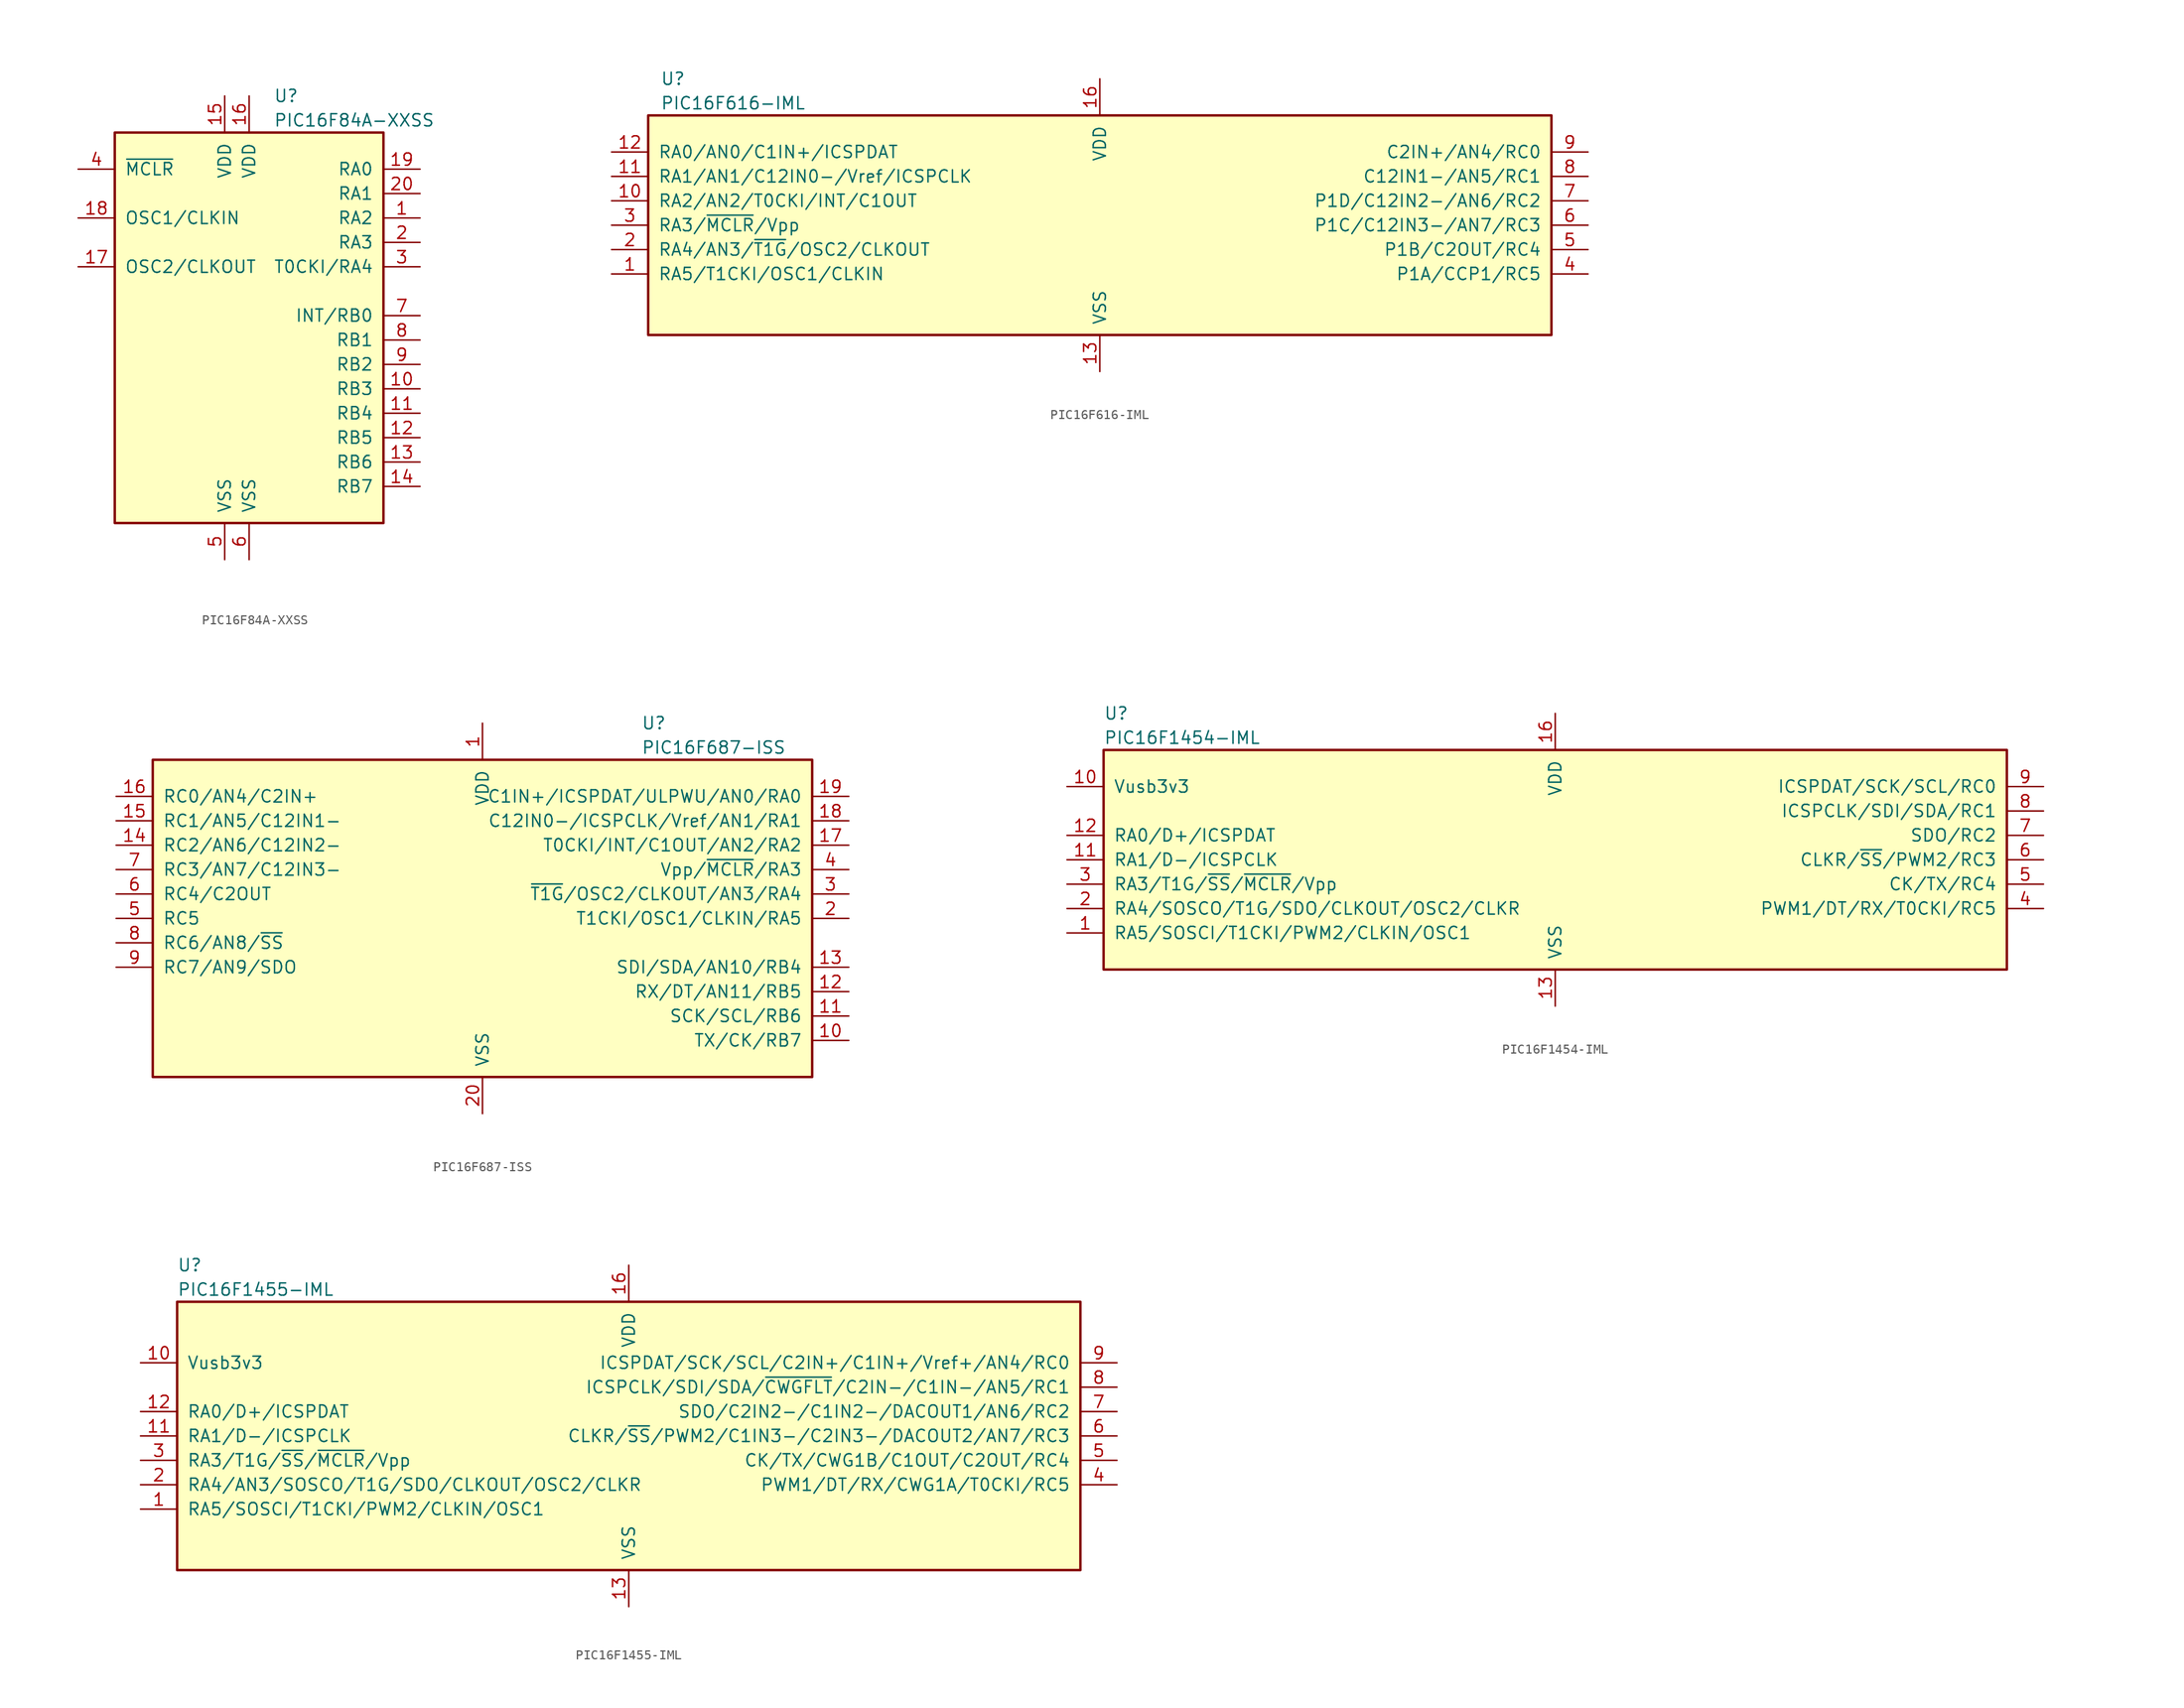
<source format=kicad_sym>
(kicad_symbol_lib
  (version 20241209)
  (generator "kicad_symbol_editor")
  (generator_version "9.0")
  (symbol "PIC16F84A-XXSS"
    (pin_names
      (offset 1.016))
    (property "Reference" "U"
      (at 2.54 22.86 0)
      (effects (font (size 1.27 1.27)) (justify left)))
    (property "Value" "PIC16F84A-XXSS"
      (at 2.54 20.32 0)
      (effects (font (size 1.27 1.27)) (justify left)))
    (symbol "PIC16F84A-XXSS_0_1"
      (rectangle (start -13.97 19.05) (end 13.97 -21.59) (stroke (width 0.254) (type default)) (fill (type background))))
    (symbol "PIC16F84A-XXSS_1_1"
      (pin input line (at -17.78 15.24 0) (length 3.81) (name "~{MCLR}" (effects (font (size 1.27 1.27)))) (number "4" (effects (font (size 1.27 1.27)))))
      (pin input line (at -17.78 10.16 0) (length 3.81) (name "OSC1/CLKIN" (effects (font (size 1.27 1.27)))) (number "18" (effects (font (size 1.27 1.27)))))
      (pin output line (at -17.78 5.08 0) (length 3.81) (name "OSC2/CLKOUT" (effects (font (size 1.27 1.27)))) (number "17" (effects (font (size 1.27 1.27)))))
      (pin power_in line (at -2.54 22.86 270) (length 3.81) (name "VDD" (effects (font (size 1.27 1.27)))) (number "15" (effects (font (size 1.27 1.27)))))
      (pin power_in line (at -2.54 -25.4 90) (length 3.81) (name "VSS" (effects (font (size 1.27 1.27)))) (number "5" (effects (font (size 1.27 1.27)))))
      (pin power_in line (at 0 22.86 270) (length 3.81) (name "VDD" (effects (font (size 1.27 1.27)))) (number "16" (effects (font (size 1.27 1.27)))))
      (pin power_in line (at 0 -25.4 90) (length 3.81) (name "VSS" (effects (font (size 1.27 1.27)))) (number "6" (effects (font (size 1.27 1.27)))))
      (pin bidirectional line (at 17.78 15.24 180) (length 3.81) (name "RA0" (effects (font (size 1.27 1.27)))) (number "19" (effects (font (size 1.27 1.27)))))
      (pin bidirectional line (at 17.78 12.7 180) (length 3.81) (name "RA1" (effects (font (size 1.27 1.27)))) (number "20" (effects (font (size 1.27 1.27)))))
      (pin bidirectional line (at 17.78 10.16 180) (length 3.81) (name "RA2" (effects (font (size 1.27 1.27)))) (number "1" (effects (font (size 1.27 1.27)))))
      (pin bidirectional line (at 17.78 7.62 180) (length 3.81) (name "RA3" (effects (font (size 1.27 1.27)))) (number "2" (effects (font (size 1.27 1.27)))))
      (pin bidirectional line (at 17.78 5.08 180) (length 3.81) (name "T0CKI/RA4" (effects (font (size 1.27 1.27)))) (number "3" (effects (font (size 1.27 1.27)))))
      (pin bidirectional line (at 17.78 0 180) (length 3.81) (name "INT/RB0" (effects (font (size 1.27 1.27)))) (number "7" (effects (font (size 1.27 1.27)))))
      (pin bidirectional line (at 17.78 -2.54 180) (length 3.81) (name "RB1" (effects (font (size 1.27 1.27)))) (number "8" (effects (font (size 1.27 1.27)))))
      (pin bidirectional line (at 17.78 -5.08 180) (length 3.81) (name "RB2" (effects (font (size 1.27 1.27)))) (number "9" (effects (font (size 1.27 1.27)))))
      (pin bidirectional line (at 17.78 -7.62 180) (length 3.81) (name "RB3" (effects (font (size 1.27 1.27)))) (number "10" (effects (font (size 1.27 1.27)))))
      (pin bidirectional line (at 17.78 -10.16 180) (length 3.81) (name "RB4" (effects (font (size 1.27 1.27)))) (number "11" (effects (font (size 1.27 1.27)))))
      (pin bidirectional line (at 17.78 -12.7 180) (length 3.81) (name "RB5" (effects (font (size 1.27 1.27)))) (number "12" (effects (font (size 1.27 1.27)))))
      (pin bidirectional line (at 17.78 -15.24 180) (length 3.81) (name "RB6" (effects (font (size 1.27 1.27)))) (number "13" (effects (font (size 1.27 1.27)))))
      (pin bidirectional line (at 17.78 -17.78 180) (length 3.81) (name "RB7" (effects (font (size 1.27 1.27)))) (number "14" (effects (font (size 1.27 1.27)))))))
  (symbol "PIC16F616-IML"
    (pin_names
      (offset 1.016))
    (property "Reference" "U"
      (at -45.72 15.24 0)
      (effects (font (size 1.27 1.27)) (justify left)))
    (property "Value" "PIC16F616-IML"
      (at -45.72 12.7 0)
      (effects (font (size 1.27 1.27)) (justify left)))
    (symbol "PIC16F616-IML_0_1"
      (rectangle (start -46.99 11.43) (end 46.99 -11.43) (stroke (width 0.254) (type default)) (fill (type background)))
      (pin bidirectional line (at -50.8 -5.08 0) (length 3.81) (name "RA5/T1CKI/OSC1/CLKIN" (effects (font (size 1.27 1.27)))) (number "1" (effects (font (size 1.27 1.27))))))
    (symbol "PIC16F616-IML_1_1"
      (pin bidirectional line (at -50.8 7.62 0) (length 3.81) (name "RA0/AN0/C1IN+/ICSPDAT" (effects (font (size 1.27 1.27)))) (number "12" (effects (font (size 1.27 1.27)))))
      (pin bidirectional line (at -50.8 5.08 0) (length 3.81) (name "RA1/AN1/C12IN0-/Vref/ICSPCLK" (effects (font (size 1.27 1.27)))) (number "11" (effects (font (size 1.27 1.27)))))
      (pin bidirectional line (at -50.8 2.54 0) (length 3.81) (name "RA2/AN2/T0CKI/INT/C1OUT" (effects (font (size 1.27 1.27)))) (number "10" (effects (font (size 1.27 1.27)))))
      (pin input line (at -50.8 0 0) (length 3.81) (name "RA3/~{MCLR}/Vpp" (effects (font (size 1.27 1.27)))) (number "3" (effects (font (size 1.27 1.27)))))
      (pin bidirectional line (at -50.8 -2.54 0) (length 3.81) (name "RA4/AN3/~{T1G}/OSC2/CLKOUT" (effects (font (size 1.27 1.27)))) (number "2" (effects (font (size 1.27 1.27)))))
      (pin power_in line (at 0 15.24 270) (length 3.81) (name "VDD" (effects (font (size 1.27 1.27)))) (number "16" (effects (font (size 1.27 1.27)))))
      (pin power_in line (at 0 -15.24 90) (length 3.81) (name "VSS" (effects (font (size 1.27 1.27)))) (number "13" (effects (font (size 1.27 1.27)))))
      (pin bidirectional line (at 50.8 7.62 180) (length 3.81) (name "C2IN+/AN4/RC0" (effects (font (size 1.27 1.27)))) (number "9" (effects (font (size 1.27 1.27)))))
      (pin bidirectional line (at 50.8 5.08 180) (length 3.81) (name "C12IN1-/AN5/RC1" (effects (font (size 1.27 1.27)))) (number "8" (effects (font (size 1.27 1.27)))))
      (pin bidirectional line (at 50.8 2.54 180) (length 3.81) (name "P1D/C12IN2-/AN6/RC2" (effects (font (size 1.27 1.27)))) (number "7" (effects (font (size 1.27 1.27)))))
      (pin bidirectional line (at 50.8 0 180) (length 3.81) (name "P1C/C12IN3-/AN7/RC3" (effects (font (size 1.27 1.27)))) (number "6" (effects (font (size 1.27 1.27)))))
      (pin bidirectional line (at 50.8 -2.54 180) (length 3.81) (name "P1B/C2OUT/RC4" (effects (font (size 1.27 1.27)))) (number "5" (effects (font (size 1.27 1.27)))))
      (pin bidirectional line (at 50.8 -5.08 180) (length 3.81) (name "P1A/CCP1/RC5" (effects (font (size 1.27 1.27)))) (number "4" (effects (font (size 1.27 1.27)))))))
  (symbol "PIC16F687-ISS"
    (pin_names
      (offset 1.016))
    (property "Reference" "U"
      (at 16.51 20.32 0)
      (effects (font (size 1.27 1.27)) (justify left)))
    (property "Value" "PIC16F687-ISS"
      (at 16.51 17.78 0)
      (effects (font (size 1.27 1.27)) (justify left)))
    (symbol "PIC16F687-ISS_0_1"
      (rectangle (start -34.29 16.51) (end 34.29 -16.51) (stroke (width 0.254) (type default)) (fill (type background))))
    (symbol "PIC16F687-ISS_1_1"
      (pin bidirectional line (at -38.1 12.7 0) (length 3.81) (name "RC0/AN4/C2IN+" (effects (font (size 1.27 1.27)))) (number "16" (effects (font (size 1.27 1.27)))))
      (pin bidirectional line (at -38.1 10.16 0) (length 3.81) (name "RC1/AN5/C12IN1-" (effects (font (size 1.27 1.27)))) (number "15" (effects (font (size 1.27 1.27)))))
      (pin bidirectional line (at -38.1 7.62 0) (length 3.81) (name "RC2/AN6/C12IN2-" (effects (font (size 1.27 1.27)))) (number "14" (effects (font (size 1.27 1.27)))))
      (pin bidirectional line (at -38.1 5.08 0) (length 3.81) (name "RC3/AN7/C12IN3-" (effects (font (size 1.27 1.27)))) (number "7" (effects (font (size 1.27 1.27)))))
      (pin bidirectional line (at -38.1 2.54 0) (length 3.81) (name "RC4/C2OUT" (effects (font (size 1.27 1.27)))) (number "6" (effects (font (size 1.27 1.27)))))
      (pin bidirectional line (at -38.1 0 0) (length 3.81) (name "RC5" (effects (font (size 1.27 1.27)))) (number "5" (effects (font (size 1.27 1.27)))))
      (pin bidirectional line (at -38.1 -2.54 0) (length 3.81) (name "RC6/AN8/~{SS}" (effects (font (size 1.27 1.27)))) (number "8" (effects (font (size 1.27 1.27)))))
      (pin bidirectional line (at -38.1 -5.08 0) (length 3.81) (name "RC7/AN9/SDO" (effects (font (size 1.27 1.27)))) (number "9" (effects (font (size 1.27 1.27)))))
      (pin power_in line (at 0 20.32 270) (length 3.81) (name "VDD" (effects (font (size 1.27 1.27)))) (number "1" (effects (font (size 1.27 1.27)))))
      (pin power_in line (at 0 -20.32 90) (length 3.81) (name "VSS" (effects (font (size 1.27 1.27)))) (number "20" (effects (font (size 1.27 1.27)))))
      (pin bidirectional line (at 38.1 12.7 180) (length 3.81) (name "C1IN+/ICSPDAT/ULPWU/AN0/RA0" (effects (font (size 1.27 1.27)))) (number "19" (effects (font (size 1.27 1.27)))))
      (pin bidirectional line (at 38.1 10.16 180) (length 3.81) (name "C12IN0-/ICSPCLK/Vref/AN1/RA1" (effects (font (size 1.27 1.27)))) (number "18" (effects (font (size 1.27 1.27)))))
      (pin bidirectional line (at 38.1 7.62 180) (length 3.81) (name "T0CKI/INT/C1OUT/AN2/RA2" (effects (font (size 1.27 1.27)))) (number "17" (effects (font (size 1.27 1.27)))))
      (pin input line (at 38.1 5.08 180) (length 3.81) (name "Vpp/~{MCLR}/RA3" (effects (font (size 1.27 1.27)))) (number "4" (effects (font (size 1.27 1.27)))))
      (pin bidirectional line (at 38.1 2.54 180) (length 3.81) (name "~{T1G}/OSC2/CLKOUT/AN3/RA4" (effects (font (size 1.27 1.27)))) (number "3" (effects (font (size 1.27 1.27)))))
      (pin bidirectional line (at 38.1 0 180) (length 3.81) (name "T1CKI/OSC1/CLKIN/RA5" (effects (font (size 1.27 1.27)))) (number "2" (effects (font (size 1.27 1.27)))))
      (pin bidirectional line (at 38.1 -5.08 180) (length 3.81) (name "SDI/SDA/AN10/RB4" (effects (font (size 1.27 1.27)))) (number "13" (effects (font (size 1.27 1.27)))))
      (pin bidirectional line (at 38.1 -7.62 180) (length 3.81) (name "RX/DT/AN11/RB5" (effects (font (size 1.27 1.27)))) (number "12" (effects (font (size 1.27 1.27)))))
      (pin bidirectional line (at 38.1 -10.16 180) (length 3.81) (name "SCK/SCL/RB6" (effects (font (size 1.27 1.27)))) (number "11" (effects (font (size 1.27 1.27)))))
      (pin bidirectional line (at 38.1 -12.7 180) (length 3.81) (name "TX/CK/RB7" (effects (font (size 1.27 1.27)))) (number "10" (effects (font (size 1.27 1.27)))))))
  (symbol "PIC16F1454-IML"
    (pin_names
      (offset 1.016))
    (property "Reference" "U"
      (at -46.99 15.24 0)
      (effects (font (size 1.27 1.27)) (justify left)))
    (property "Value" "PIC16F1454-IML"
      (at -46.99 12.7 0)
      (effects (font (size 1.27 1.27)) (justify left)))
    (symbol "PIC16F1454-IML_0_1"
      (rectangle (start -46.99 11.43) (end 46.99 -11.43) (stroke (width 0.254) (type default)) (fill (type background))))
    (symbol "PIC16F1454-IML_1_1"
      (pin bidirectional line (at -50.8 7.62 0) (length 3.81) (name "Vusb3v3" (effects (font (size 1.27 1.27)))) (number "10" (effects (font (size 1.27 1.27)))))
      (pin bidirectional line (at -50.8 2.54 0) (length 3.81) (name "RA0/D+/ICSPDAT" (effects (font (size 1.27 1.27)))) (number "12" (effects (font (size 1.27 1.27)))))
      (pin bidirectional line (at -50.8 0 0) (length 3.81) (name "RA1/D-/ICSPCLK" (effects (font (size 1.27 1.27)))) (number "11" (effects (font (size 1.27 1.27)))))
      (pin input line (at -50.8 -2.54 0) (length 3.81) (name "RA3/T1G/~{SS}/~{MCLR}/Vpp" (effects (font (size 1.27 1.27)))) (number "3" (effects (font (size 1.27 1.27)))))
      (pin bidirectional line (at -50.8 -5.08 0) (length 3.81) (name "RA4/SOSCO/T1G/SDO/CLKOUT/OSC2/CLKR" (effects (font (size 1.27 1.27)))) (number "2" (effects (font (size 1.27 1.27)))))
      (pin bidirectional line (at -50.8 -7.62 0) (length 3.81) (name "RA5/SOSCI/T1CKI/PWM2/CLKIN/OSC1" (effects (font (size 1.27 1.27)))) (number "1" (effects (font (size 1.27 1.27)))))
      (pin power_in line (at 0 15.24 270) (length 3.81) (name "VDD" (effects (font (size 1.27 1.27)))) (number "16" (effects (font (size 1.27 1.27)))))
      (pin power_in line (at 0 -15.24 90) (length 3.81) (name "VSS" (effects (font (size 1.27 1.27)))) (number "13" (effects (font (size 1.27 1.27)))))
      (pin bidirectional line (at 50.8 7.62 180) (length 3.81) (name "ICSPDAT/SCK/SCL/RC0" (effects (font (size 1.27 1.27)))) (number "9" (effects (font (size 1.27 1.27)))))
      (pin bidirectional line (at 50.8 5.08 180) (length 3.81) (name "ICSPCLK/SDI/SDA/RC1" (effects (font (size 1.27 1.27)))) (number "8" (effects (font (size 1.27 1.27)))))
      (pin bidirectional line (at 50.8 2.54 180) (length 3.81) (name "SDO/RC2" (effects (font (size 1.27 1.27)))) (number "7" (effects (font (size 1.27 1.27)))))
      (pin bidirectional line (at 50.8 0 180) (length 3.81) (name "CLKR/~{SS}/PWM2/RC3" (effects (font (size 1.27 1.27)))) (number "6" (effects (font (size 1.27 1.27)))))
      (pin bidirectional line (at 50.8 -2.54 180) (length 3.81) (name "CK/TX/RC4" (effects (font (size 1.27 1.27)))) (number "5" (effects (font (size 1.27 1.27)))))
      (pin bidirectional line (at 50.8 -5.08 180) (length 3.81) (name "PWM1/DT/RX/T0CKI/RC5" (effects (font (size 1.27 1.27)))) (number "4" (effects (font (size 1.27 1.27)))))))
  (symbol "PIC16F1455-IML"
    (pin_names
      (offset 1.016))
    (property "Reference" "U"
      (at -46.99 17.78 0)
      (effects (font (size 1.27 1.27)) (justify left)))
    (property "Value" "PIC16F1455-IML"
      (at -46.99 15.24 0)
      (effects (font (size 1.27 1.27)) (justify left)))
    (symbol "PIC16F1455-IML_0_1"
      (rectangle (start -46.99 13.97) (end 46.99 -13.97) (stroke (width 0.254) (type default)) (fill (type background))))
    (symbol "PIC16F1455-IML_1_1"
      (pin bidirectional line (at -50.8 7.62 0) (length 3.81) (name "Vusb3v3" (effects (font (size 1.27 1.27)))) (number "10" (effects (font (size 1.27 1.27)))))
      (pin bidirectional line (at -50.8 2.54 0) (length 3.81) (name "RA0/D+/ICSPDAT" (effects (font (size 1.27 1.27)))) (number "12" (effects (font (size 1.27 1.27)))))
      (pin bidirectional line (at -50.8 0 0) (length 3.81) (name "RA1/D-/ICSPCLK" (effects (font (size 1.27 1.27)))) (number "11" (effects (font (size 1.27 1.27)))))
      (pin input line (at -50.8 -2.54 0) (length 3.81) (name "RA3/T1G/~{SS}/~{MCLR}/Vpp" (effects (font (size 1.27 1.27)))) (number "3" (effects (font (size 1.27 1.27)))))
      (pin bidirectional line (at -50.8 -5.08 0) (length 3.81) (name "RA4/AN3/SOSCO/T1G/SDO/CLKOUT/OSC2/CLKR" (effects (font (size 1.27 1.27)))) (number "2" (effects (font (size 1.27 1.27)))))
      (pin bidirectional line (at -50.8 -7.62 0) (length 3.81) (name "RA5/SOSCI/T1CKI/PWM2/CLKIN/OSC1" (effects (font (size 1.27 1.27)))) (number "1" (effects (font (size 1.27 1.27)))))
      (pin power_in line (at 0 17.78 270) (length 3.81) (name "VDD" (effects (font (size 1.27 1.27)))) (number "16" (effects (font (size 1.27 1.27)))))
      (pin power_in line (at 0 -17.78 90) (length 3.81) (name "VSS" (effects (font (size 1.27 1.27)))) (number "13" (effects (font (size 1.27 1.27)))))
      (pin bidirectional line (at 50.8 7.62 180) (length 3.81) (name "ICSPDAT/SCK/SCL/C2IN+/C1IN+/Vref+/AN4/RC0" (effects (font (size 1.27 1.27)))) (number "9" (effects (font (size 1.27 1.27)))))
      (pin bidirectional line (at 50.8 5.08 180) (length 3.81) (name "ICSPCLK/SDI/SDA/~{CWGFLT}/C2IN-/C1IN-/AN5/RC1" (effects (font (size 1.27 1.27)))) (number "8" (effects (font (size 1.27 1.27)))))
      (pin bidirectional line (at 50.8 2.54 180) (length 3.81) (name "SDO/C2IN2-/C1IN2-/DACOUT1/AN6/RC2" (effects (font (size 1.27 1.27)))) (number "7" (effects (font (size 1.27 1.27)))))
      (pin bidirectional line (at 50.8 0 180) (length 3.81) (name "CLKR/~{SS}/PWM2/C1IN3-/C2IN3-/DACOUT2/AN7/RC3" (effects (font (size 1.27 1.27)))) (number "6" (effects (font (size 1.27 1.27)))))
      (pin bidirectional line (at 50.8 -2.54 180) (length 3.81) (name "CK/TX/CWG1B/C1OUT/C2OUT/RC4" (effects (font (size 1.27 1.27)))) (number "5" (effects (font (size 1.27 1.27)))))
      (pin bidirectional line (at 50.8 -5.08 180) (length 3.81) (name "PWM1/DT/RX/CWG1A/T0CKI/RC5" (effects (font (size 1.27 1.27)))) (number "4" (effects (font (size 1.27 1.27))))))))
</source>
